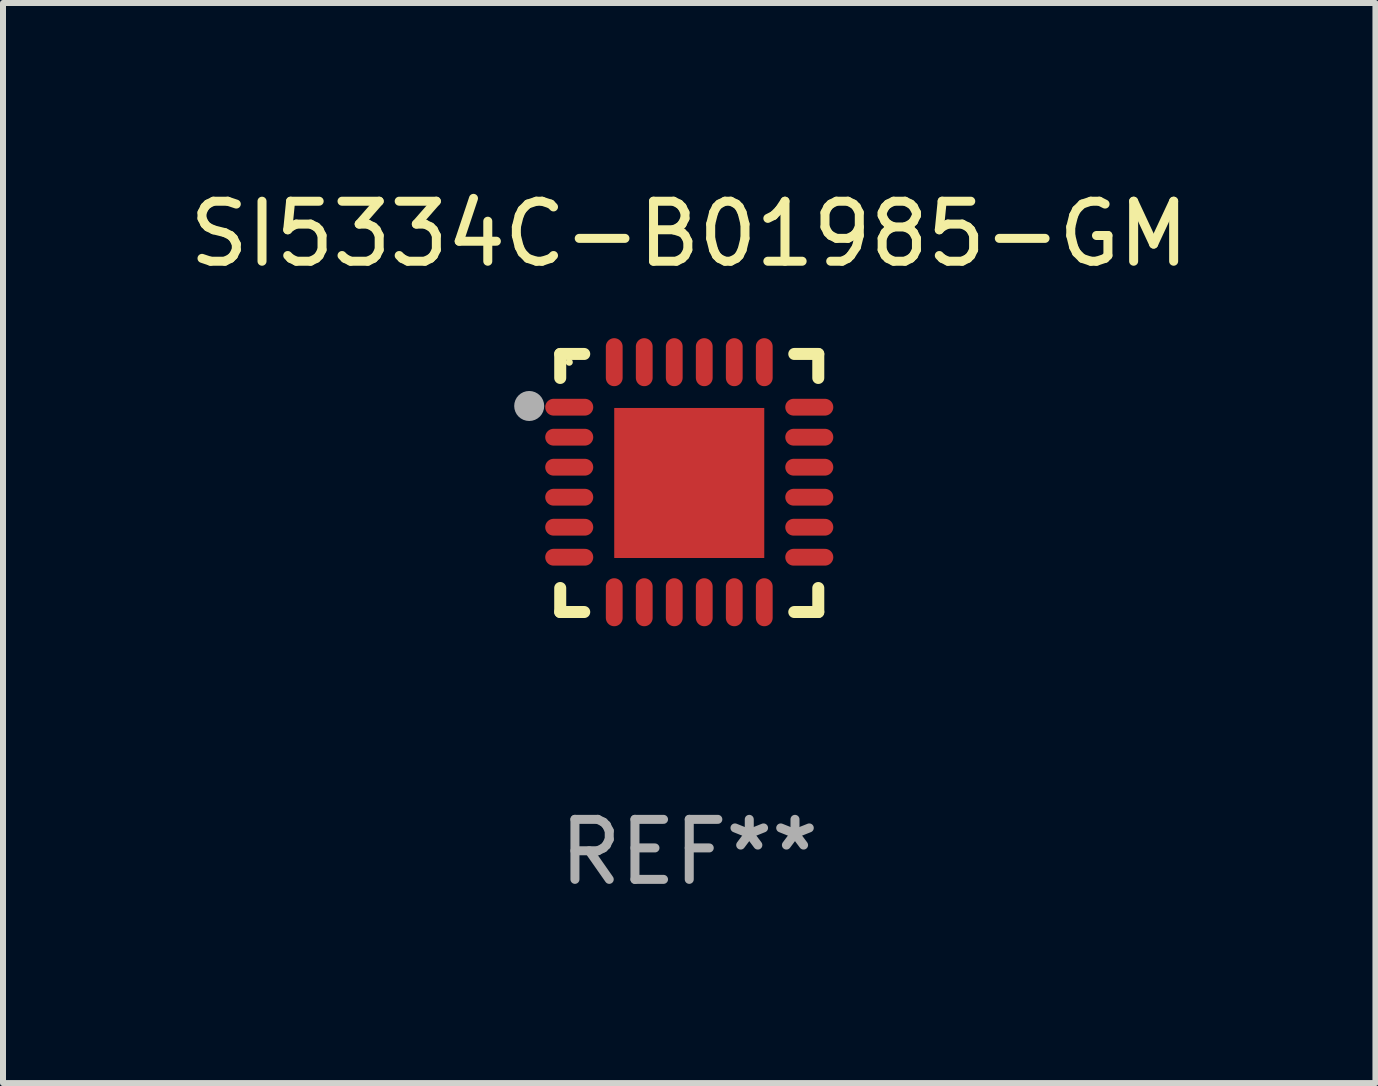
<source format=kicad_pcb>
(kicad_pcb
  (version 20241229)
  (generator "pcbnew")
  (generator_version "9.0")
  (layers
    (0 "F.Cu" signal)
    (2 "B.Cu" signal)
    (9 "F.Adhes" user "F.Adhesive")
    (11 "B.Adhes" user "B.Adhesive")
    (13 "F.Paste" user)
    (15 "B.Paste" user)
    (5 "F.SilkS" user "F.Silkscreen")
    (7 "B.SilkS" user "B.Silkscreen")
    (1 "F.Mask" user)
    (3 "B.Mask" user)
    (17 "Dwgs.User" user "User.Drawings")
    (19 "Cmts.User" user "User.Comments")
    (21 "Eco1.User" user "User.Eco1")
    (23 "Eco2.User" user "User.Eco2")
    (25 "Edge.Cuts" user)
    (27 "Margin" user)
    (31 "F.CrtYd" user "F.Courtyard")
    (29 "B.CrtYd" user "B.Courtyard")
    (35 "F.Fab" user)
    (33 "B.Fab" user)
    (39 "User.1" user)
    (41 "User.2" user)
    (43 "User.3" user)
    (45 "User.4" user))
  (footprint "SI5334C-B01985-GM"
    (layer "F.Cu")
    (at 8.435 4.998)
    (property "Reference" "SI5334C-B01985-GM" (at 0 -4.15 0) (layer "F.SilkS") (effects (font (size 1 1) (thickness 0.15))))
    (attr through_hole)
    (fp_line (start -2.15 -2.15) (end -1.75 -2.15) (stroke (width 0.2) (type solid)) (layer "F.SilkS"))
    (fp_line (start -2.15 -1.75) (end -2.15 -2.15) (stroke (width 0.2) (type solid)) (layer "F.SilkS"))
    (fp_line (start -2.15 2.15) (end -2.15 1.75) (stroke (width 0.2) (type solid)) (layer "F.SilkS"))
    (fp_line (start -1.75 2.15) (end -2.15 2.15) (stroke (width 0.2) (type solid)) (layer "F.SilkS"))
    (fp_line (start 1.75 -2.15) (end 2.15 -2.15) (stroke (width 0.2) (type solid)) (layer "F.SilkS"))
    (fp_line (start 1.75 2.15) (end 2.15 2.15) (stroke (width 0.2) (type solid)) (layer "F.SilkS"))
    (fp_line (start 2.15 -2.15) (end 2.15 -1.75) (stroke (width 0.2) (type solid)) (layer "F.SilkS"))
    (fp_line (start 2.15 2.15) (end 2.15 1.75) (stroke (width 0.2) (type solid)) (layer "F.SilkS"))
    (fp_circle (center -2 -2.013) (end -1.97 -2.013) (stroke (width 0.06) (type solid)) (fill no) (layer "F.SilkS"))
    (fp_circle (center -2.667 -1.283) (end -2.542 -1.283) (stroke (width 0.25) (type solid)) (fill no) (layer "F.Fab"))
    (fp_text user "REF**" (at 0 6.15 0) (layer "F.Fab") (effects (font (size 1 1) (thickness 0.15))))
    (pad "1" smd oval (at -2 -1.263) (size 0.8 0.28) (layers "F.Cu" "F.Mask" "F.Paste"))
    (pad "2" smd oval (at -2 -0.763) (size 0.8 0.28) (layers "F.Cu" "F.Mask" "F.Paste"))
    (pad "3" smd oval (at -2 -0.263) (size 0.8 0.28) (layers "F.Cu" "F.Mask" "F.Paste"))
    (pad "4" smd oval (at -2 0.237) (size 0.8 0.28) (layers "F.Cu" "F.Mask" "F.Paste"))
    (pad "5" smd oval (at -2 0.737) (size 0.8 0.28) (layers "F.Cu" "F.Mask" "F.Paste"))
    (pad "6" smd oval (at -2 1.237) (size 0.8 0.28) (layers "F.Cu" "F.Mask" "F.Paste"))
    (pad "7" smd oval (at -1.25 1.987) (size 0.28 0.8) (layers "F.Cu" "F.Mask" "F.Paste"))
    (pad "8" smd oval (at -0.75 1.987) (size 0.28 0.8) (layers "F.Cu" "F.Mask" "F.Paste"))
    (pad "9" smd oval (at -0.25 1.987) (size 0.28 0.8) (layers "F.Cu" "F.Mask" "F.Paste"))
    (pad "10" smd oval (at 0.25 1.987) (size 0.28 0.8) (layers "F.Cu" "F.Mask" "F.Paste"))
    (pad "11" smd oval (at 0.75 1.987) (size 0.28 0.8) (layers "F.Cu" "F.Mask" "F.Paste"))
    (pad "12" smd oval (at 1.25 1.987) (size 0.28 0.8) (layers "F.Cu" "F.Mask" "F.Paste"))
    (pad "13" smd oval (at 2 1.237) (size 0.8 0.28) (layers "F.Cu" "F.Mask" "F.Paste"))
    (pad "14" smd oval (at 2 0.737) (size 0.8 0.28) (layers "F.Cu" "F.Mask" "F.Paste"))
    (pad "15" smd oval (at 2 0.237) (size 0.8 0.28) (layers "F.Cu" "F.Mask" "F.Paste"))
    (pad "16" smd oval (at 2 -0.263) (size 0.8 0.28) (layers "F.Cu" "F.Mask" "F.Paste"))
    (pad "17" smd oval (at 2 -0.763) (size 0.8 0.28) (layers "F.Cu" "F.Mask" "F.Paste"))
    (pad "18" smd oval (at 2 -1.263) (size 0.8 0.28) (layers "F.Cu" "F.Mask" "F.Paste"))
    (pad "19" smd oval (at 1.25 -2.013) (size 0.28 0.8) (layers "F.Cu" "F.Mask" "F.Paste"))
    (pad "20" smd oval (at 0.75 -2.013) (size 0.28 0.8) (layers "F.Cu" "F.Mask" "F.Paste"))
    (pad "21" smd oval (at 0.25 -2.013) (size 0.28 0.8) (layers "F.Cu" "F.Mask" "F.Paste"))
    (pad "22" smd oval (at -0.25 -2.013) (size 0.28 0.8) (layers "F.Cu" "F.Mask" "F.Paste"))
    (pad "23" smd oval (at -0.75 -2.013) (size 0.28 0.8) (layers "F.Cu" "F.Mask" "F.Paste"))
    (pad "24" smd oval (at -1.25 -2.013) (size 0.28 0.8) (layers "F.Cu" "F.Mask" "F.Paste"))
    (pad "25" smd rect (at -0.000127 -0.00014) (size 2.5 2.5) (layers "F.Cu" "F.Mask" "F.Paste")))
  (gr_rect
    (start -3 -3)
    (end 19.869 14.997)
    (stroke (width 0.1) (type default))
    (fill no)
    (layer "Edge.Cuts")))
</source>
